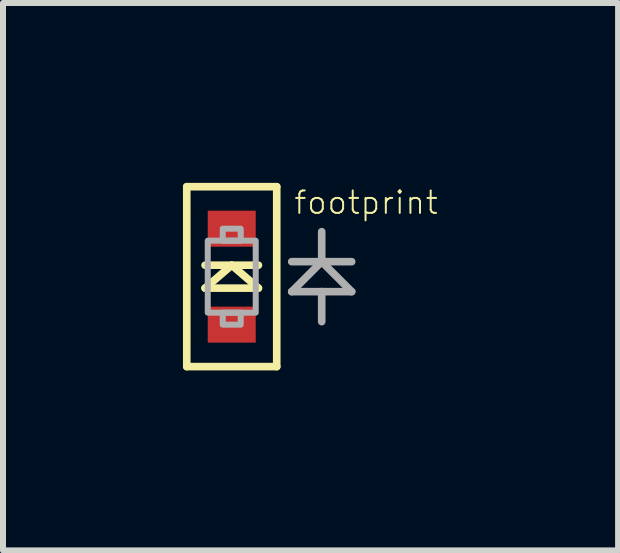
<source format=kicad_pcb>
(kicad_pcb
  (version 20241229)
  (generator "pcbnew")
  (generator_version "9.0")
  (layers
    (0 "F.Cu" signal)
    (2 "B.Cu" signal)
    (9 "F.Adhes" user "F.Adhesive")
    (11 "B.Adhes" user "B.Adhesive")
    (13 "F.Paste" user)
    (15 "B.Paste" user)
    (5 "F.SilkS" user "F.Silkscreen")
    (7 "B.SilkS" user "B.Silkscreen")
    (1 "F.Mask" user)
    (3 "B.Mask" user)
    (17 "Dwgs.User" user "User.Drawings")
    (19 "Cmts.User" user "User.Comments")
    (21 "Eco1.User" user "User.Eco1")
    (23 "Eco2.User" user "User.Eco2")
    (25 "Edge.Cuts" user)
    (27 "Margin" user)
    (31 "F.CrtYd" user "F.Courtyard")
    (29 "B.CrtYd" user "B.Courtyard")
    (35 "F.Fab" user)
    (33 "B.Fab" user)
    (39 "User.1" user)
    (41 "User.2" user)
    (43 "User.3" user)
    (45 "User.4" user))
  (footprint "footprint"
    (layer "F.Cu")
    (at 0.814 1.563)
    (property "Reference" "footprint" (at 1.016 -1.016 0) (layer "F.SilkS") (effects (font (size 0.374 0.374) (thickness 0.033)) (justify left bottom)))
    (fp_line (start -0.75 -1.5) (end 0.75 -1.5) (stroke (width 0.127) (type solid)) (layer "F.SilkS"))
    (fp_line (start -0.75 1.5) (end -0.75 -1.5) (stroke (width 0.127) (type solid)) (layer "F.SilkS"))
    (fp_line (start -0.445 -0.191) (end 0.445 -0.191) (stroke (width 0.127) (type solid)) (layer "F.SilkS"))
    (fp_line (start -0.445 0.191) (end 0.445 0.191) (stroke (width 0.127) (type solid)) (layer "F.SilkS"))
    (fp_line (start 0 -0.191) (end -0.445 0.191) (stroke (width 0.127) (type solid)) (layer "F.SilkS"))
    (fp_line (start 0.445 0.191) (end 0 -0.191) (stroke (width 0.127) (type solid)) (layer "F.SilkS"))
    (fp_line (start 0.75 -1.5) (end 0.75 1.5) (stroke (width 0.127) (type solid)) (layer "F.SilkS"))
    (fp_line (start 0.75 1.5) (end -0.75 1.5) (stroke (width 0.127) (type solid)) (layer "F.SilkS"))
    (fp_line (start 1 -0.25) (end 1.5 -0.25) (stroke (width 0.127) (type solid)) (layer "F.Fab"))
    (fp_line (start 1 0.25) (end 1.5 0.25) (stroke (width 0.127) (type solid)) (layer "F.Fab"))
    (fp_line (start 1.5 -0.25) (end 1 0.25) (stroke (width 0.127) (type solid)) (layer "F.Fab"))
    (fp_line (start 1.5 -0.25) (end 1.5 -0.75) (stroke (width 0.127) (type solid)) (layer "F.Fab"))
    (fp_line (start 1.5 -0.25) (end 2 -0.25) (stroke (width 0.127) (type solid)) (layer "F.Fab"))
    (fp_line (start 1.5 0.25) (end 1.5 0.75) (stroke (width 0.127) (type solid)) (layer "F.Fab"))
    (fp_line (start 1.5 0.25) (end 2 0.25) (stroke (width 0.127) (type solid)) (layer "F.Fab"))
    (fp_line (start 2 0.25) (end 1.5 -0.25) (stroke (width 0.127) (type solid)) (layer "F.Fab"))
    (fp_poly (pts (xy -0.4 0.6) (xy 0.4 0.6) (xy 0.4 -0.6) (xy -0.4 -0.6)) (stroke (width 0.1) (type solid)) (fill no) (layer "F.Fab"))
    (fp_poly (pts (xy -0.15 -0.6) (xy 0.15 -0.6) (xy 0.15 -0.8) (xy -0.15 -0.8)) (stroke (width 0.1) (type solid)) (fill no) (layer "F.Fab"))
    (fp_poly (pts (xy -0.15 0.8) (xy 0.15 0.8) (xy 0.15 0.6) (xy -0.15 0.6)) (stroke (width 0.1) (type solid)) (fill no) (layer "F.Fab"))
    (pad "A" smd rect (at 0 0.8) (size 0.8 0.6) (layers "F.Cu" "F.Mask" "F.Paste"))
    (pad "K" smd rect (at 0 -0.8) (size 0.8 0.6) (layers "F.Cu" "F.Mask" "F.Paste")))
  (gr_rect
    (start -3 -3)
    (end 7.256 6.127)
    (stroke (width 0.1) (type default))
    (fill no)
    (layer "Edge.Cuts")))
</source>
